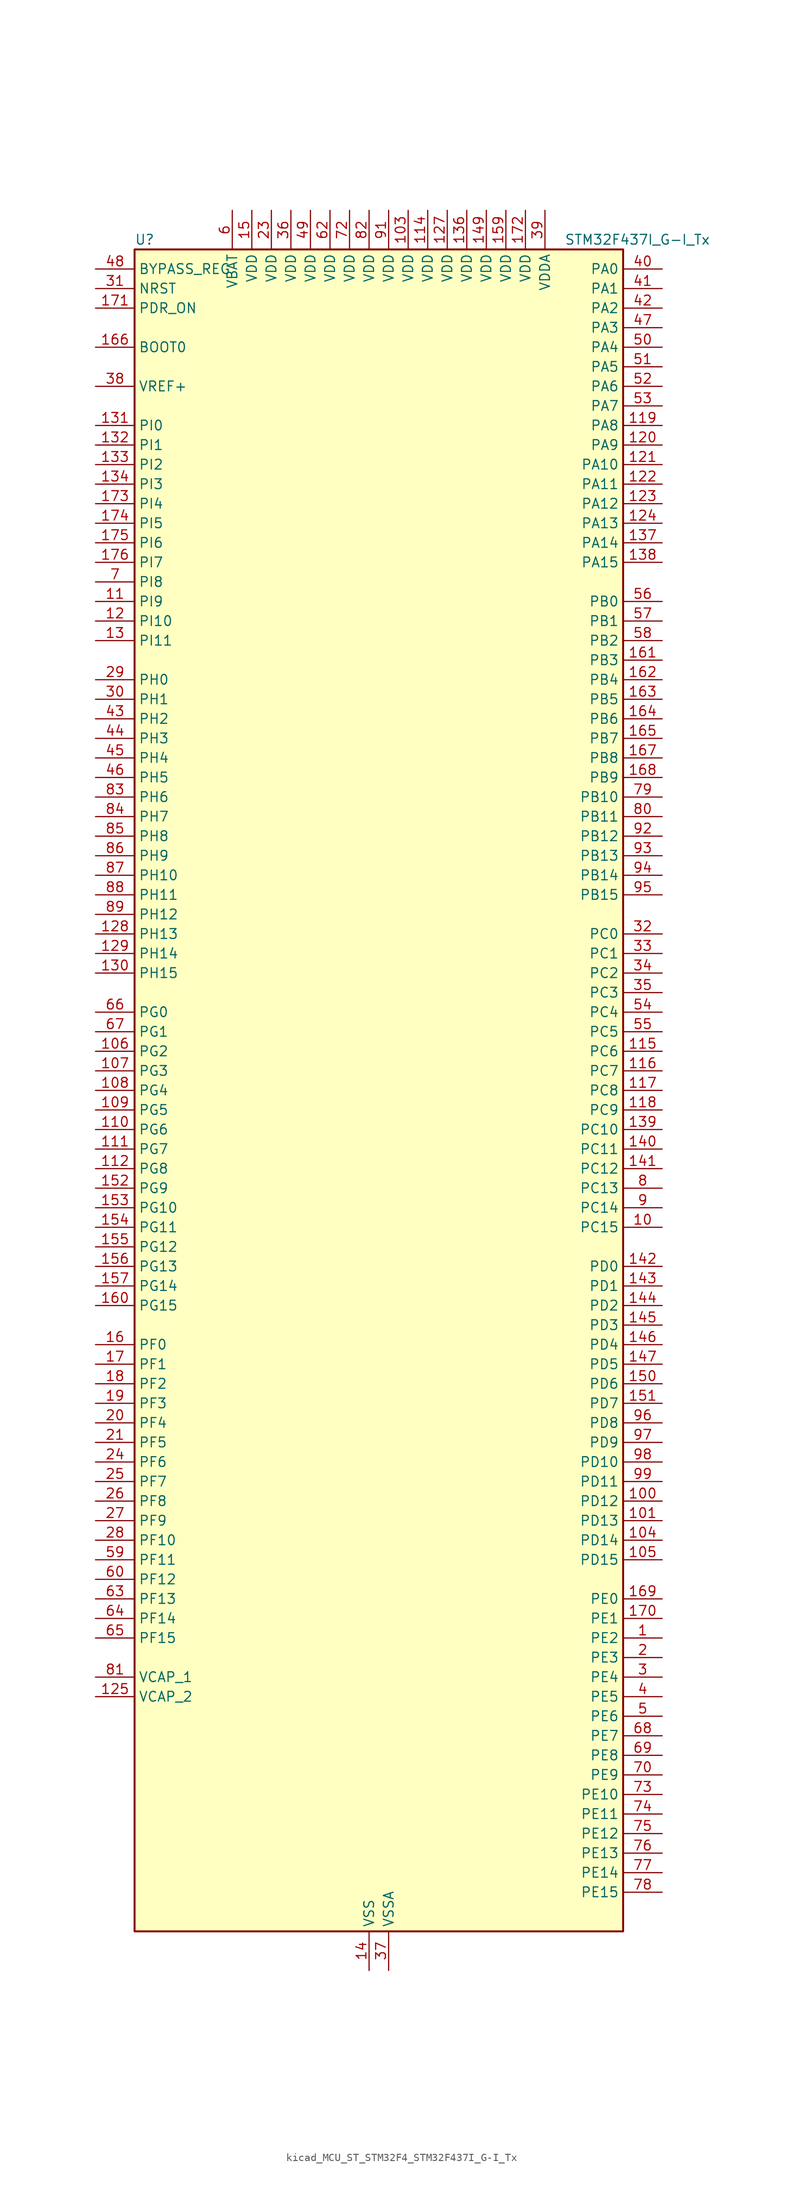
<source format=kicad_sym>
(kicad_symbol_lib
  (version 20220914)
  (generator kicad_symbol_editor)
  (symbol "kicad_MCU_ST_STM32F4_STM32F437I_G-I_Tx"
    (property "Reference" "U"
      (at -30.48 110.49 0)
      (effects (font (size 1.27 1.27)) (justify left)))
    (property "Value" "STM32F437I_G-I_Tx"
      (at 25.4 110.49 0)
      (effects (font (size 1.27 1.27)) (justify left)))
    (property "ki_locked" ""
      (at 0 0 0)
      (effects (font (size 1.27 1.27))))
    (symbol "kicad_MCU_ST_STM32F4_STM32F437I_G-I_Tx_0_1"
      (rectangle (start -30.48 -109.22) (end 33.02 109.22) (stroke (width 0.254) (type default)) (fill (type background))))
    (symbol "kicad_MCU_ST_STM32F4_STM32F437I_G-I_Tx_1_1"
      (pin bidirectional line (at 38.1 -71.12 180) (length 5.08) (name "PE2" (effects (font (size 1.27 1.27)))) (number "1" (effects (font (size 1.27 1.27)))) (alternate "ETH_TXD3" bidirectional line) (alternate "FMC_A23" bidirectional line) (alternate "SAI1_MCLK_A" bidirectional line) (alternate "SPI4_SCK" bidirectional line) (alternate "SYS_TRACECLK" bidirectional line))
      (pin bidirectional line (at 38.1 -17.78 180) (length 5.08) (name "PC15" (effects (font (size 1.27 1.27)))) (number "10" (effects (font (size 1.27 1.27)))) (alternate "ADC1_EXTI15" bidirectional line) (alternate "ADC2_EXTI15" bidirectional line) (alternate "ADC3_EXTI15" bidirectional line) (alternate "RCC_OSC32_OUT" bidirectional line))
      (pin bidirectional line (at 38.1 -53.34 180) (length 5.08) (name "PD12" (effects (font (size 1.27 1.27)))) (number "100" (effects (font (size 1.27 1.27)))) (alternate "FMC_A17" bidirectional line) (alternate "FMC_ALE" bidirectional line) (alternate "TIM4_CH1" bidirectional line) (alternate "USART3_RTS" bidirectional line))
      (pin bidirectional line (at 38.1 -55.88 180) (length 5.08) (name "PD13" (effects (font (size 1.27 1.27)))) (number "101" (effects (font (size 1.27 1.27)))) (alternate "FMC_A18" bidirectional line) (alternate "TIM4_CH2" bidirectional line))
      (pin passive line (at 0 -114.3 90) (length 5.08) hide (name "VSS" (effects (font (size 1.27 1.27)))) (number "102" (effects (font (size 1.27 1.27)))))
      (pin power_in line (at 5.08 114.3 270) (length 5.08) (name "VDD" (effects (font (size 1.27 1.27)))) (number "103" (effects (font (size 1.27 1.27)))))
      (pin bidirectional line (at 38.1 -58.42 180) (length 5.08) (name "PD14" (effects (font (size 1.27 1.27)))) (number "104" (effects (font (size 1.27 1.27)))) (alternate "FMC_D0" bidirectional line) (alternate "FMC_DA0" bidirectional line) (alternate "TIM4_CH3" bidirectional line))
      (pin bidirectional line (at 38.1 -60.96 180) (length 5.08) (name "PD15" (effects (font (size 1.27 1.27)))) (number "105" (effects (font (size 1.27 1.27)))) (alternate "ADC1_EXTI15" bidirectional line) (alternate "ADC2_EXTI15" bidirectional line) (alternate "ADC3_EXTI15" bidirectional line) (alternate "FMC_D1" bidirectional line) (alternate "FMC_DA1" bidirectional line) (alternate "TIM4_CH4" bidirectional line))
      (pin bidirectional line (at -35.56 5.08 0) (length 5.08) (name "PG2" (effects (font (size 1.27 1.27)))) (number "106" (effects (font (size 1.27 1.27)))) (alternate "FMC_A12" bidirectional line))
      (pin bidirectional line (at -35.56 2.54 0) (length 5.08) (name "PG3" (effects (font (size 1.27 1.27)))) (number "107" (effects (font (size 1.27 1.27)))) (alternate "FMC_A13" bidirectional line))
      (pin bidirectional line (at -35.56 0 0) (length 5.08) (name "PG4" (effects (font (size 1.27 1.27)))) (number "108" (effects (font (size 1.27 1.27)))) (alternate "FMC_A14" bidirectional line) (alternate "FMC_BA0" bidirectional line))
      (pin bidirectional line (at -35.56 -2.54 0) (length 5.08) (name "PG5" (effects (font (size 1.27 1.27)))) (number "109" (effects (font (size 1.27 1.27)))) (alternate "FMC_A15" bidirectional line) (alternate "FMC_BA1" bidirectional line))
      (pin bidirectional line (at -35.56 63.5 0) (length 5.08) (name "PI9" (effects (font (size 1.27 1.27)))) (number "11" (effects (font (size 1.27 1.27)))) (alternate "CAN1_RX" bidirectional line) (alternate "DAC_EXTI9" bidirectional line) (alternate "FMC_D30" bidirectional line))
      (pin bidirectional line (at -35.56 -5.08 0) (length 5.08) (name "PG6" (effects (font (size 1.27 1.27)))) (number "110" (effects (font (size 1.27 1.27)))) (alternate "DCMI_D12" bidirectional line) (alternate "FMC_INT2" bidirectional line))
      (pin bidirectional line (at -35.56 -7.62 0) (length 5.08) (name "PG7" (effects (font (size 1.27 1.27)))) (number "111" (effects (font (size 1.27 1.27)))) (alternate "DCMI_D13" bidirectional line) (alternate "FMC_INT3" bidirectional line) (alternate "USART6_CK" bidirectional line))
      (pin bidirectional line (at -35.56 -10.16 0) (length 5.08) (name "PG8" (effects (font (size 1.27 1.27)))) (number "112" (effects (font (size 1.27 1.27)))) (alternate "ETH_PPS_OUT" bidirectional line) (alternate "FMC_SDCLK" bidirectional line) (alternate "SPI6_NSS" bidirectional line) (alternate "USART6_RTS" bidirectional line))
      (pin passive line (at 0 -114.3 90) (length 5.08) hide (name "VSS" (effects (font (size 1.27 1.27)))) (number "113" (effects (font (size 1.27 1.27)))))
      (pin power_in line (at 7.62 114.3 270) (length 5.08) (name "VDD" (effects (font (size 1.27 1.27)))) (number "114" (effects (font (size 1.27 1.27)))))
      (pin bidirectional line (at 38.1 5.08 180) (length 5.08) (name "PC6" (effects (font (size 1.27 1.27)))) (number "115" (effects (font (size 1.27 1.27)))) (alternate "DCMI_D0" bidirectional line) (alternate "I2S2_MCK" bidirectional line) (alternate "SDIO_D6" bidirectional line) (alternate "TIM3_CH1" bidirectional line) (alternate "TIM8_CH1" bidirectional line) (alternate "USART6_TX" bidirectional line))
      (pin bidirectional line (at 38.1 2.54 180) (length 5.08) (name "PC7" (effects (font (size 1.27 1.27)))) (number "116" (effects (font (size 1.27 1.27)))) (alternate "DCMI_D1" bidirectional line) (alternate "I2S3_MCK" bidirectional line) (alternate "SDIO_D7" bidirectional line) (alternate "TIM3_CH2" bidirectional line) (alternate "TIM8_CH2" bidirectional line) (alternate "USART6_RX" bidirectional line))
      (pin bidirectional line (at 38.1 0 180) (length 5.08) (name "PC8" (effects (font (size 1.27 1.27)))) (number "117" (effects (font (size 1.27 1.27)))) (alternate "DCMI_D2" bidirectional line) (alternate "SDIO_D0" bidirectional line) (alternate "TIM3_CH3" bidirectional line) (alternate "TIM8_CH3" bidirectional line) (alternate "USART6_CK" bidirectional line))
      (pin bidirectional line (at 38.1 -2.54 180) (length 5.08) (name "PC9" (effects (font (size 1.27 1.27)))) (number "118" (effects (font (size 1.27 1.27)))) (alternate "DAC_EXTI9" bidirectional line) (alternate "DCMI_D3" bidirectional line) (alternate "I2C3_SDA" bidirectional line) (alternate "I2S_CKIN" bidirectional line) (alternate "RCC_MCO_2" bidirectional line) (alternate "SDIO_D1" bidirectional line) (alternate "TIM3_CH4" bidirectional line) (alternate "TIM8_CH4" bidirectional line))
      (pin bidirectional line (at 38.1 86.36 180) (length 5.08) (name "PA8" (effects (font (size 1.27 1.27)))) (number "119" (effects (font (size 1.27 1.27)))) (alternate "I2C3_SCL" bidirectional line) (alternate "RCC_MCO_1" bidirectional line) (alternate "TIM1_CH1" bidirectional line) (alternate "USART1_CK" bidirectional line) (alternate "USB_OTG_FS_SOF" bidirectional line))
      (pin bidirectional line (at -35.56 60.96 0) (length 5.08) (name "PI10" (effects (font (size 1.27 1.27)))) (number "12" (effects (font (size 1.27 1.27)))) (alternate "ETH_RX_ER" bidirectional line) (alternate "FMC_D31" bidirectional line))
      (pin bidirectional line (at 38.1 83.82 180) (length 5.08) (name "PA9" (effects (font (size 1.27 1.27)))) (number "120" (effects (font (size 1.27 1.27)))) (alternate "DAC_EXTI9" bidirectional line) (alternate "DCMI_D0" bidirectional line) (alternate "I2C3_SMBA" bidirectional line) (alternate "TIM1_CH2" bidirectional line) (alternate "USART1_TX" bidirectional line) (alternate "USB_OTG_FS_VBUS" bidirectional line))
      (pin bidirectional line (at 38.1 81.28 180) (length 5.08) (name "PA10" (effects (font (size 1.27 1.27)))) (number "121" (effects (font (size 1.27 1.27)))) (alternate "DCMI_D1" bidirectional line) (alternate "TIM1_CH3" bidirectional line) (alternate "USART1_RX" bidirectional line) (alternate "USB_OTG_FS_ID" bidirectional line))
      (pin bidirectional line (at 38.1 78.74 180) (length 5.08) (name "PA11" (effects (font (size 1.27 1.27)))) (number "122" (effects (font (size 1.27 1.27)))) (alternate "ADC1_EXTI11" bidirectional line) (alternate "ADC2_EXTI11" bidirectional line) (alternate "ADC3_EXTI11" bidirectional line) (alternate "CAN1_RX" bidirectional line) (alternate "TIM1_CH4" bidirectional line) (alternate "USART1_CTS" bidirectional line) (alternate "USB_OTG_FS_DM" bidirectional line))
      (pin bidirectional line (at 38.1 76.2 180) (length 5.08) (name "PA12" (effects (font (size 1.27 1.27)))) (number "123" (effects (font (size 1.27 1.27)))) (alternate "CAN1_TX" bidirectional line) (alternate "TIM1_ETR" bidirectional line) (alternate "USART1_RTS" bidirectional line) (alternate "USB_OTG_FS_DP" bidirectional line))
      (pin bidirectional line (at 38.1 73.66 180) (length 5.08) (name "PA13" (effects (font (size 1.27 1.27)))) (number "124" (effects (font (size 1.27 1.27)))) (alternate "SYS_JTMS-SWDIO" bidirectional line))
      (pin power_out line (at -35.56 -78.74 0) (length 5.08) (name "VCAP_2" (effects (font (size 1.27 1.27)))) (number "125" (effects (font (size 1.27 1.27)))))
      (pin passive line (at 0 -114.3 90) (length 5.08) hide (name "VSS" (effects (font (size 1.27 1.27)))) (number "126" (effects (font (size 1.27 1.27)))))
      (pin power_in line (at 10.16 114.3 270) (length 5.08) (name "VDD" (effects (font (size 1.27 1.27)))) (number "127" (effects (font (size 1.27 1.27)))))
      (pin bidirectional line (at -35.56 20.32 0) (length 5.08) (name "PH13" (effects (font (size 1.27 1.27)))) (number "128" (effects (font (size 1.27 1.27)))) (alternate "CAN1_TX" bidirectional line) (alternate "FMC_D21" bidirectional line) (alternate "TIM8_CH1N" bidirectional line))
      (pin bidirectional line (at -35.56 17.78 0) (length 5.08) (name "PH14" (effects (font (size 1.27 1.27)))) (number "129" (effects (font (size 1.27 1.27)))) (alternate "DCMI_D4" bidirectional line) (alternate "FMC_D22" bidirectional line) (alternate "TIM8_CH2N" bidirectional line))
      (pin bidirectional line (at -35.56 58.42 0) (length 5.08) (name "PI11" (effects (font (size 1.27 1.27)))) (number "13" (effects (font (size 1.27 1.27)))) (alternate "ADC1_EXTI11" bidirectional line) (alternate "ADC2_EXTI11" bidirectional line) (alternate "ADC3_EXTI11" bidirectional line) (alternate "USB_OTG_HS_ULPI_DIR" bidirectional line))
      (pin bidirectional line (at -35.56 15.24 0) (length 5.08) (name "PH15" (effects (font (size 1.27 1.27)))) (number "130" (effects (font (size 1.27 1.27)))) (alternate "ADC1_EXTI15" bidirectional line) (alternate "ADC2_EXTI15" bidirectional line) (alternate "ADC3_EXTI15" bidirectional line) (alternate "DCMI_D11" bidirectional line) (alternate "FMC_D23" bidirectional line) (alternate "TIM8_CH3N" bidirectional line))
      (pin bidirectional line (at -35.56 86.36 0) (length 5.08) (name "PI0" (effects (font (size 1.27 1.27)))) (number "131" (effects (font (size 1.27 1.27)))) (alternate "DCMI_D13" bidirectional line) (alternate "FMC_D24" bidirectional line) (alternate "I2S2_WS" bidirectional line) (alternate "SPI2_NSS" bidirectional line) (alternate "TIM5_CH4" bidirectional line))
      (pin bidirectional line (at -35.56 83.82 0) (length 5.08) (name "PI1" (effects (font (size 1.27 1.27)))) (number "132" (effects (font (size 1.27 1.27)))) (alternate "DCMI_D8" bidirectional line) (alternate "FMC_D25" bidirectional line) (alternate "I2S2_CK" bidirectional line) (alternate "SPI2_SCK" bidirectional line))
      (pin bidirectional line (at -35.56 81.28 0) (length 5.08) (name "PI2" (effects (font (size 1.27 1.27)))) (number "133" (effects (font (size 1.27 1.27)))) (alternate "DCMI_D9" bidirectional line) (alternate "FMC_D26" bidirectional line) (alternate "I2S2_ext_SD" bidirectional line) (alternate "SPI2_MISO" bidirectional line) (alternate "TIM8_CH4" bidirectional line))
      (pin bidirectional line (at -35.56 78.74 0) (length 5.08) (name "PI3" (effects (font (size 1.27 1.27)))) (number "134" (effects (font (size 1.27 1.27)))) (alternate "DCMI_D10" bidirectional line) (alternate "FMC_D27" bidirectional line) (alternate "I2S2_SD" bidirectional line) (alternate "SPI2_MOSI" bidirectional line) (alternate "TIM8_ETR" bidirectional line))
      (pin passive line (at 0 -114.3 90) (length 5.08) hide (name "VSS" (effects (font (size 1.27 1.27)))) (number "135" (effects (font (size 1.27 1.27)))))
      (pin power_in line (at 12.7 114.3 270) (length 5.08) (name "VDD" (effects (font (size 1.27 1.27)))) (number "136" (effects (font (size 1.27 1.27)))))
      (pin bidirectional line (at 38.1 71.12 180) (length 5.08) (name "PA14" (effects (font (size 1.27 1.27)))) (number "137" (effects (font (size 1.27 1.27)))) (alternate "SYS_JTCK-SWCLK" bidirectional line))
      (pin bidirectional line (at 38.1 68.58 180) (length 5.08) (name "PA15" (effects (font (size 1.27 1.27)))) (number "138" (effects (font (size 1.27 1.27)))) (alternate "ADC1_EXTI15" bidirectional line) (alternate "ADC2_EXTI15" bidirectional line) (alternate "ADC3_EXTI15" bidirectional line) (alternate "I2S3_WS" bidirectional line) (alternate "SPI1_NSS" bidirectional line) (alternate "SPI3_NSS" bidirectional line) (alternate "SYS_JTDI" bidirectional line) (alternate "TIM2_CH1" bidirectional line) (alternate "TIM2_ETR" bidirectional line))
      (pin bidirectional line (at 38.1 -5.08 180) (length 5.08) (name "PC10" (effects (font (size 1.27 1.27)))) (number "139" (effects (font (size 1.27 1.27)))) (alternate "DCMI_D8" bidirectional line) (alternate "I2S3_CK" bidirectional line) (alternate "SDIO_D2" bidirectional line) (alternate "SPI3_SCK" bidirectional line) (alternate "UART4_TX" bidirectional line) (alternate "USART3_TX" bidirectional line))
      (pin power_in line (at 0 -114.3 90) (length 5.08) (name "VSS" (effects (font (size 1.27 1.27)))) (number "14" (effects (font (size 1.27 1.27)))))
      (pin bidirectional line (at 38.1 -7.62 180) (length 5.08) (name "PC11" (effects (font (size 1.27 1.27)))) (number "140" (effects (font (size 1.27 1.27)))) (alternate "ADC1_EXTI11" bidirectional line) (alternate "ADC2_EXTI11" bidirectional line) (alternate "ADC3_EXTI11" bidirectional line) (alternate "DCMI_D4" bidirectional line) (alternate "I2S3_ext_SD" bidirectional line) (alternate "SDIO_D3" bidirectional line) (alternate "SPI3_MISO" bidirectional line) (alternate "UART4_RX" bidirectional line) (alternate "USART3_RX" bidirectional line))
      (pin bidirectional line (at 38.1 -10.16 180) (length 5.08) (name "PC12" (effects (font (size 1.27 1.27)))) (number "141" (effects (font (size 1.27 1.27)))) (alternate "DCMI_D9" bidirectional line) (alternate "I2S3_SD" bidirectional line) (alternate "SDIO_CK" bidirectional line) (alternate "SPI3_MOSI" bidirectional line) (alternate "UART5_TX" bidirectional line) (alternate "USART3_CK" bidirectional line))
      (pin bidirectional line (at 38.1 -22.86 180) (length 5.08) (name "PD0" (effects (font (size 1.27 1.27)))) (number "142" (effects (font (size 1.27 1.27)))) (alternate "CAN1_RX" bidirectional line) (alternate "FMC_D2" bidirectional line) (alternate "FMC_DA2" bidirectional line))
      (pin bidirectional line (at 38.1 -25.4 180) (length 5.08) (name "PD1" (effects (font (size 1.27 1.27)))) (number "143" (effects (font (size 1.27 1.27)))) (alternate "CAN1_TX" bidirectional line) (alternate "FMC_D3" bidirectional line) (alternate "FMC_DA3" bidirectional line))
      (pin bidirectional line (at 38.1 -27.94 180) (length 5.08) (name "PD2" (effects (font (size 1.27 1.27)))) (number "144" (effects (font (size 1.27 1.27)))) (alternate "DCMI_D11" bidirectional line) (alternate "SDIO_CMD" bidirectional line) (alternate "TIM3_ETR" bidirectional line) (alternate "UART5_RX" bidirectional line))
      (pin bidirectional line (at 38.1 -30.48 180) (length 5.08) (name "PD3" (effects (font (size 1.27 1.27)))) (number "145" (effects (font (size 1.27 1.27)))) (alternate "DCMI_D5" bidirectional line) (alternate "FMC_CLK" bidirectional line) (alternate "I2S2_CK" bidirectional line) (alternate "SPI2_SCK" bidirectional line) (alternate "USART2_CTS" bidirectional line))
      (pin bidirectional line (at 38.1 -33.02 180) (length 5.08) (name "PD4" (effects (font (size 1.27 1.27)))) (number "146" (effects (font (size 1.27 1.27)))) (alternate "FMC_NOE" bidirectional line) (alternate "USART2_RTS" bidirectional line))
      (pin bidirectional line (at 38.1 -35.56 180) (length 5.08) (name "PD5" (effects (font (size 1.27 1.27)))) (number "147" (effects (font (size 1.27 1.27)))) (alternate "FMC_NWE" bidirectional line) (alternate "USART2_TX" bidirectional line))
      (pin passive line (at 0 -114.3 90) (length 5.08) hide (name "VSS" (effects (font (size 1.27 1.27)))) (number "148" (effects (font (size 1.27 1.27)))))
      (pin power_in line (at 15.24 114.3 270) (length 5.08) (name "VDD" (effects (font (size 1.27 1.27)))) (number "149" (effects (font (size 1.27 1.27)))))
      (pin power_in line (at -15.24 114.3 270) (length 5.08) (name "VDD" (effects (font (size 1.27 1.27)))) (number "15" (effects (font (size 1.27 1.27)))))
      (pin bidirectional line (at 38.1 -38.1 180) (length 5.08) (name "PD6" (effects (font (size 1.27 1.27)))) (number "150" (effects (font (size 1.27 1.27)))) (alternate "DCMI_D10" bidirectional line) (alternate "FMC_NWAIT" bidirectional line) (alternate "I2S3_SD" bidirectional line) (alternate "SAI1_SD_A" bidirectional line) (alternate "SPI3_MOSI" bidirectional line) (alternate "USART2_RX" bidirectional line))
      (pin bidirectional line (at 38.1 -40.64 180) (length 5.08) (name "PD7" (effects (font (size 1.27 1.27)))) (number "151" (effects (font (size 1.27 1.27)))) (alternate "FMC_NCE2" bidirectional line) (alternate "FMC_NE1" bidirectional line) (alternate "USART2_CK" bidirectional line))
      (pin bidirectional line (at -35.56 -12.7 0) (length 5.08) (name "PG9" (effects (font (size 1.27 1.27)))) (number "152" (effects (font (size 1.27 1.27)))) (alternate "DAC_EXTI9" bidirectional line) (alternate "DCMI_VSYNC" bidirectional line) (alternate "FMC_NCE3" bidirectional line) (alternate "FMC_NE2" bidirectional line) (alternate "USART6_RX" bidirectional line))
      (pin bidirectional line (at -35.56 -15.24 0) (length 5.08) (name "PG10" (effects (font (size 1.27 1.27)))) (number "153" (effects (font (size 1.27 1.27)))) (alternate "DCMI_D2" bidirectional line) (alternate "FMC_NCE4_1" bidirectional line) (alternate "FMC_NE3" bidirectional line))
      (pin bidirectional line (at -35.56 -17.78 0) (length 5.08) (name "PG11" (effects (font (size 1.27 1.27)))) (number "154" (effects (font (size 1.27 1.27)))) (alternate "ADC1_EXTI11" bidirectional line) (alternate "ADC2_EXTI11" bidirectional line) (alternate "ADC3_EXTI11" bidirectional line) (alternate "DCMI_D3" bidirectional line) (alternate "ETH_TX_EN" bidirectional line) (alternate "FMC_NCE4_2" bidirectional line))
      (pin bidirectional line (at -35.56 -20.32 0) (length 5.08) (name "PG12" (effects (font (size 1.27 1.27)))) (number "155" (effects (font (size 1.27 1.27)))) (alternate "FMC_NE4" bidirectional line) (alternate "SPI6_MISO" bidirectional line) (alternate "USART6_RTS" bidirectional line))
      (pin bidirectional line (at -35.56 -22.86 0) (length 5.08) (name "PG13" (effects (font (size 1.27 1.27)))) (number "156" (effects (font (size 1.27 1.27)))) (alternate "ETH_TXD0" bidirectional line) (alternate "FMC_A24" bidirectional line) (alternate "SPI6_SCK" bidirectional line) (alternate "USART6_CTS" bidirectional line))
      (pin bidirectional line (at -35.56 -25.4 0) (length 5.08) (name "PG14" (effects (font (size 1.27 1.27)))) (number "157" (effects (font (size 1.27 1.27)))) (alternate "ETH_TXD1" bidirectional line) (alternate "FMC_A25" bidirectional line) (alternate "SPI6_MOSI" bidirectional line) (alternate "USART6_TX" bidirectional line))
      (pin passive line (at 0 -114.3 90) (length 5.08) hide (name "VSS" (effects (font (size 1.27 1.27)))) (number "158" (effects (font (size 1.27 1.27)))))
      (pin power_in line (at 17.78 114.3 270) (length 5.08) (name "VDD" (effects (font (size 1.27 1.27)))) (number "159" (effects (font (size 1.27 1.27)))))
      (pin bidirectional line (at -35.56 -33.02 0) (length 5.08) (name "PF0" (effects (font (size 1.27 1.27)))) (number "16" (effects (font (size 1.27 1.27)))) (alternate "FMC_A0" bidirectional line) (alternate "I2C2_SDA" bidirectional line))
      (pin bidirectional line (at -35.56 -27.94 0) (length 5.08) (name "PG15" (effects (font (size 1.27 1.27)))) (number "160" (effects (font (size 1.27 1.27)))) (alternate "ADC1_EXTI15" bidirectional line) (alternate "ADC2_EXTI15" bidirectional line) (alternate "ADC3_EXTI15" bidirectional line) (alternate "DCMI_D13" bidirectional line) (alternate "FMC_SDNCAS" bidirectional line) (alternate "USART6_CTS" bidirectional line))
      (pin bidirectional line (at 38.1 55.88 180) (length 5.08) (name "PB3" (effects (font (size 1.27 1.27)))) (number "161" (effects (font (size 1.27 1.27)))) (alternate "I2S3_CK" bidirectional line) (alternate "SPI1_SCK" bidirectional line) (alternate "SPI3_SCK" bidirectional line) (alternate "SYS_JTDO-SWO" bidirectional line) (alternate "TIM2_CH2" bidirectional line))
      (pin bidirectional line (at 38.1 53.34 180) (length 5.08) (name "PB4" (effects (font (size 1.27 1.27)))) (number "162" (effects (font (size 1.27 1.27)))) (alternate "I2S3_ext_SD" bidirectional line) (alternate "SPI1_MISO" bidirectional line) (alternate "SPI3_MISO" bidirectional line) (alternate "SYS_JTRST" bidirectional line) (alternate "TIM3_CH1" bidirectional line))
      (pin bidirectional line (at 38.1 50.8 180) (length 5.08) (name "PB5" (effects (font (size 1.27 1.27)))) (number "163" (effects (font (size 1.27 1.27)))) (alternate "CAN2_RX" bidirectional line) (alternate "DCMI_D10" bidirectional line) (alternate "ETH_PPS_OUT" bidirectional line) (alternate "FMC_SDCKE1" bidirectional line) (alternate "I2C1_SMBA" bidirectional line) (alternate "I2S3_SD" bidirectional line) (alternate "SPI1_MOSI" bidirectional line) (alternate "SPI3_MOSI" bidirectional line) (alternate "TIM3_CH2" bidirectional line) (alternate "USB_OTG_HS_ULPI_D7" bidirectional line))
      (pin bidirectional line (at 38.1 48.26 180) (length 5.08) (name "PB6" (effects (font (size 1.27 1.27)))) (number "164" (effects (font (size 1.27 1.27)))) (alternate "CAN2_TX" bidirectional line) (alternate "DCMI_D5" bidirectional line) (alternate "FMC_SDNE1" bidirectional line) (alternate "I2C1_SCL" bidirectional line) (alternate "TIM4_CH1" bidirectional line) (alternate "USART1_TX" bidirectional line))
      (pin bidirectional line (at 38.1 45.72 180) (length 5.08) (name "PB7" (effects (font (size 1.27 1.27)))) (number "165" (effects (font (size 1.27 1.27)))) (alternate "DCMI_VSYNC" bidirectional line) (alternate "FMC_NL" bidirectional line) (alternate "I2C1_SDA" bidirectional line) (alternate "TIM4_CH2" bidirectional line) (alternate "USART1_RX" bidirectional line))
      (pin input line (at -35.56 96.52 0) (length 5.08) (name "BOOT0" (effects (font (size 1.27 1.27)))) (number "166" (effects (font (size 1.27 1.27)))))
      (pin bidirectional line (at 38.1 43.18 180) (length 5.08) (name "PB8" (effects (font (size 1.27 1.27)))) (number "167" (effects (font (size 1.27 1.27)))) (alternate "CAN1_RX" bidirectional line) (alternate "DCMI_D6" bidirectional line) (alternate "ETH_TXD3" bidirectional line) (alternate "I2C1_SCL" bidirectional line) (alternate "SDIO_D4" bidirectional line) (alternate "TIM10_CH1" bidirectional line) (alternate "TIM4_CH3" bidirectional line))
      (pin bidirectional line (at 38.1 40.64 180) (length 5.08) (name "PB9" (effects (font (size 1.27 1.27)))) (number "168" (effects (font (size 1.27 1.27)))) (alternate "CAN1_TX" bidirectional line) (alternate "DAC_EXTI9" bidirectional line) (alternate "DCMI_D7" bidirectional line) (alternate "I2C1_SDA" bidirectional line) (alternate "I2S2_WS" bidirectional line) (alternate "SDIO_D5" bidirectional line) (alternate "SPI2_NSS" bidirectional line) (alternate "TIM11_CH1" bidirectional line) (alternate "TIM4_CH4" bidirectional line))
      (pin bidirectional line (at 38.1 -66.04 180) (length 5.08) (name "PE0" (effects (font (size 1.27 1.27)))) (number "169" (effects (font (size 1.27 1.27)))) (alternate "DCMI_D2" bidirectional line) (alternate "FMC_NBL0" bidirectional line) (alternate "TIM4_ETR" bidirectional line) (alternate "UART8_RX" bidirectional line))
      (pin bidirectional line (at -35.56 -35.56 0) (length 5.08) (name "PF1" (effects (font (size 1.27 1.27)))) (number "17" (effects (font (size 1.27 1.27)))) (alternate "FMC_A1" bidirectional line) (alternate "I2C2_SCL" bidirectional line))
      (pin bidirectional line (at 38.1 -68.58 180) (length 5.08) (name "PE1" (effects (font (size 1.27 1.27)))) (number "170" (effects (font (size 1.27 1.27)))) (alternate "DCMI_D3" bidirectional line) (alternate "FMC_NBL1" bidirectional line) (alternate "UART8_TX" bidirectional line))
      (pin input line (at -35.56 101.6 0) (length 5.08) (name "PDR_ON" (effects (font (size 1.27 1.27)))) (number "171" (effects (font (size 1.27 1.27)))))
      (pin power_in line (at 20.32 114.3 270) (length 5.08) (name "VDD" (effects (font (size 1.27 1.27)))) (number "172" (effects (font (size 1.27 1.27)))))
      (pin bidirectional line (at -35.56 76.2 0) (length 5.08) (name "PI4" (effects (font (size 1.27 1.27)))) (number "173" (effects (font (size 1.27 1.27)))) (alternate "DCMI_D5" bidirectional line) (alternate "FMC_NBL2" bidirectional line) (alternate "TIM8_BKIN" bidirectional line))
      (pin bidirectional line (at -35.56 73.66 0) (length 5.08) (name "PI5" (effects (font (size 1.27 1.27)))) (number "174" (effects (font (size 1.27 1.27)))) (alternate "DCMI_VSYNC" bidirectional line) (alternate "FMC_NBL3" bidirectional line) (alternate "TIM8_CH1" bidirectional line))
      (pin bidirectional line (at -35.56 71.12 0) (length 5.08) (name "PI6" (effects (font (size 1.27 1.27)))) (number "175" (effects (font (size 1.27 1.27)))) (alternate "DCMI_D6" bidirectional line) (alternate "FMC_D28" bidirectional line) (alternate "TIM8_CH2" bidirectional line))
      (pin bidirectional line (at -35.56 68.58 0) (length 5.08) (name "PI7" (effects (font (size 1.27 1.27)))) (number "176" (effects (font (size 1.27 1.27)))) (alternate "DCMI_D7" bidirectional line) (alternate "FMC_D29" bidirectional line) (alternate "TIM8_CH3" bidirectional line))
      (pin bidirectional line (at -35.56 -38.1 0) (length 5.08) (name "PF2" (effects (font (size 1.27 1.27)))) (number "18" (effects (font (size 1.27 1.27)))) (alternate "FMC_A2" bidirectional line) (alternate "I2C2_SMBA" bidirectional line))
      (pin bidirectional line (at -35.56 -40.64 0) (length 5.08) (name "PF3" (effects (font (size 1.27 1.27)))) (number "19" (effects (font (size 1.27 1.27)))) (alternate "ADC3_IN9" bidirectional line) (alternate "FMC_A3" bidirectional line))
      (pin bidirectional line (at 38.1 -73.66 180) (length 5.08) (name "PE3" (effects (font (size 1.27 1.27)))) (number "2" (effects (font (size 1.27 1.27)))) (alternate "FMC_A19" bidirectional line) (alternate "SAI1_SD_B" bidirectional line) (alternate "SYS_TRACED0" bidirectional line))
      (pin bidirectional line (at -35.56 -43.18 0) (length 5.08) (name "PF4" (effects (font (size 1.27 1.27)))) (number "20" (effects (font (size 1.27 1.27)))) (alternate "ADC3_IN14" bidirectional line) (alternate "FMC_A4" bidirectional line))
      (pin bidirectional line (at -35.56 -45.72 0) (length 5.08) (name "PF5" (effects (font (size 1.27 1.27)))) (number "21" (effects (font (size 1.27 1.27)))) (alternate "ADC3_IN15" bidirectional line) (alternate "FMC_A5" bidirectional line))
      (pin passive line (at 0 -114.3 90) (length 5.08) hide (name "VSS" (effects (font (size 1.27 1.27)))) (number "22" (effects (font (size 1.27 1.27)))))
      (pin power_in line (at -12.7 114.3 270) (length 5.08) (name "VDD" (effects (font (size 1.27 1.27)))) (number "23" (effects (font (size 1.27 1.27)))))
      (pin bidirectional line (at -35.56 -48.26 0) (length 5.08) (name "PF6" (effects (font (size 1.27 1.27)))) (number "24" (effects (font (size 1.27 1.27)))) (alternate "ADC3_IN4" bidirectional line) (alternate "FMC_NIORD" bidirectional line) (alternate "SAI1_SD_B" bidirectional line) (alternate "SPI5_NSS" bidirectional line) (alternate "TIM10_CH1" bidirectional line) (alternate "UART7_RX" bidirectional line))
      (pin bidirectional line (at -35.56 -50.8 0) (length 5.08) (name "PF7" (effects (font (size 1.27 1.27)))) (number "25" (effects (font (size 1.27 1.27)))) (alternate "ADC3_IN5" bidirectional line) (alternate "FMC_NREG" bidirectional line) (alternate "SAI1_MCLK_B" bidirectional line) (alternate "SPI5_SCK" bidirectional line) (alternate "TIM11_CH1" bidirectional line) (alternate "UART7_TX" bidirectional line))
      (pin bidirectional line (at -35.56 -53.34 0) (length 5.08) (name "PF8" (effects (font (size 1.27 1.27)))) (number "26" (effects (font (size 1.27 1.27)))) (alternate "ADC3_IN6" bidirectional line) (alternate "FMC_NIOWR" bidirectional line) (alternate "SAI1_SCK_B" bidirectional line) (alternate "SPI5_MISO" bidirectional line) (alternate "TIM13_CH1" bidirectional line))
      (pin bidirectional line (at -35.56 -55.88 0) (length 5.08) (name "PF9" (effects (font (size 1.27 1.27)))) (number "27" (effects (font (size 1.27 1.27)))) (alternate "ADC3_IN7" bidirectional line) (alternate "DAC_EXTI9" bidirectional line) (alternate "FMC_CD" bidirectional line) (alternate "SAI1_FS_B" bidirectional line) (alternate "SPI5_MOSI" bidirectional line) (alternate "TIM14_CH1" bidirectional line))
      (pin bidirectional line (at -35.56 -58.42 0) (length 5.08) (name "PF10" (effects (font (size 1.27 1.27)))) (number "28" (effects (font (size 1.27 1.27)))) (alternate "ADC3_IN8" bidirectional line) (alternate "DCMI_D11" bidirectional line) (alternate "FMC_INTR" bidirectional line))
      (pin bidirectional line (at -35.56 53.34 0) (length 5.08) (name "PH0" (effects (font (size 1.27 1.27)))) (number "29" (effects (font (size 1.27 1.27)))) (alternate "RCC_OSC_IN" bidirectional line))
      (pin bidirectional line (at 38.1 -76.2 180) (length 5.08) (name "PE4" (effects (font (size 1.27 1.27)))) (number "3" (effects (font (size 1.27 1.27)))) (alternate "DCMI_D4" bidirectional line) (alternate "FMC_A20" bidirectional line) (alternate "SAI1_FS_A" bidirectional line) (alternate "SPI4_NSS" bidirectional line) (alternate "SYS_TRACED1" bidirectional line))
      (pin bidirectional line (at -35.56 50.8 0) (length 5.08) (name "PH1" (effects (font (size 1.27 1.27)))) (number "30" (effects (font (size 1.27 1.27)))) (alternate "RCC_OSC_OUT" bidirectional line))
      (pin input line (at -35.56 104.14 0) (length 5.08) (name "NRST" (effects (font (size 1.27 1.27)))) (number "31" (effects (font (size 1.27 1.27)))))
      (pin bidirectional line (at 38.1 20.32 180) (length 5.08) (name "PC0" (effects (font (size 1.27 1.27)))) (number "32" (effects (font (size 1.27 1.27)))) (alternate "ADC1_IN10" bidirectional line) (alternate "ADC2_IN10" bidirectional line) (alternate "ADC3_IN10" bidirectional line) (alternate "FMC_SDNWE" bidirectional line) (alternate "USB_OTG_HS_ULPI_STP" bidirectional line))
      (pin bidirectional line (at 38.1 17.78 180) (length 5.08) (name "PC1" (effects (font (size 1.27 1.27)))) (number "33" (effects (font (size 1.27 1.27)))) (alternate "ADC1_IN11" bidirectional line) (alternate "ADC2_IN11" bidirectional line) (alternate "ADC3_IN11" bidirectional line) (alternate "ETH_MDC" bidirectional line))
      (pin bidirectional line (at 38.1 15.24 180) (length 5.08) (name "PC2" (effects (font (size 1.27 1.27)))) (number "34" (effects (font (size 1.27 1.27)))) (alternate "ADC1_IN12" bidirectional line) (alternate "ADC2_IN12" bidirectional line) (alternate "ADC3_IN12" bidirectional line) (alternate "ETH_TXD2" bidirectional line) (alternate "FMC_SDNE0" bidirectional line) (alternate "I2S2_ext_SD" bidirectional line) (alternate "SPI2_MISO" bidirectional line) (alternate "USB_OTG_HS_ULPI_DIR" bidirectional line))
      (pin bidirectional line (at 38.1 12.7 180) (length 5.08) (name "PC3" (effects (font (size 1.27 1.27)))) (number "35" (effects (font (size 1.27 1.27)))) (alternate "ADC1_IN13" bidirectional line) (alternate "ADC2_IN13" bidirectional line) (alternate "ADC3_IN13" bidirectional line) (alternate "ETH_TX_CLK" bidirectional line) (alternate "FMC_SDCKE0" bidirectional line) (alternate "I2S2_SD" bidirectional line) (alternate "SPI2_MOSI" bidirectional line) (alternate "USB_OTG_HS_ULPI_NXT" bidirectional line))
      (pin power_in line (at -10.16 114.3 270) (length 5.08) (name "VDD" (effects (font (size 1.27 1.27)))) (number "36" (effects (font (size 1.27 1.27)))))
      (pin power_in line (at 2.54 -114.3 90) (length 5.08) (name "VSSA" (effects (font (size 1.27 1.27)))) (number "37" (effects (font (size 1.27 1.27)))))
      (pin input line (at -35.56 91.44 0) (length 5.08) (name "VREF+" (effects (font (size 1.27 1.27)))) (number "38" (effects (font (size 1.27 1.27)))))
      (pin power_in line (at 22.86 114.3 270) (length 5.08) (name "VDDA" (effects (font (size 1.27 1.27)))) (number "39" (effects (font (size 1.27 1.27)))))
      (pin bidirectional line (at 38.1 -78.74 180) (length 5.08) (name "PE5" (effects (font (size 1.27 1.27)))) (number "4" (effects (font (size 1.27 1.27)))) (alternate "DCMI_D6" bidirectional line) (alternate "FMC_A21" bidirectional line) (alternate "SAI1_SCK_A" bidirectional line) (alternate "SPI4_MISO" bidirectional line) (alternate "SYS_TRACED2" bidirectional line) (alternate "TIM9_CH1" bidirectional line))
      (pin bidirectional line (at 38.1 106.68 180) (length 5.08) (name "PA0" (effects (font (size 1.27 1.27)))) (number "40" (effects (font (size 1.27 1.27)))) (alternate "ADC1_IN0" bidirectional line) (alternate "ADC2_IN0" bidirectional line) (alternate "ADC3_IN0" bidirectional line) (alternate "ETH_CRS" bidirectional line) (alternate "SYS_WKUP" bidirectional line) (alternate "TIM2_CH1" bidirectional line) (alternate "TIM2_ETR" bidirectional line) (alternate "TIM5_CH1" bidirectional line) (alternate "TIM8_ETR" bidirectional line) (alternate "UART4_TX" bidirectional line) (alternate "USART2_CTS" bidirectional line))
      (pin bidirectional line (at 38.1 104.14 180) (length 5.08) (name "PA1" (effects (font (size 1.27 1.27)))) (number "41" (effects (font (size 1.27 1.27)))) (alternate "ADC1_IN1" bidirectional line) (alternate "ADC2_IN1" bidirectional line) (alternate "ADC3_IN1" bidirectional line) (alternate "ETH_REF_CLK" bidirectional line) (alternate "ETH_RX_CLK" bidirectional line) (alternate "TIM2_CH2" bidirectional line) (alternate "TIM5_CH2" bidirectional line) (alternate "UART4_RX" bidirectional line) (alternate "USART2_RTS" bidirectional line))
      (pin bidirectional line (at 38.1 101.6 180) (length 5.08) (name "PA2" (effects (font (size 1.27 1.27)))) (number "42" (effects (font (size 1.27 1.27)))) (alternate "ADC1_IN2" bidirectional line) (alternate "ADC2_IN2" bidirectional line) (alternate "ADC3_IN2" bidirectional line) (alternate "ETH_MDIO" bidirectional line) (alternate "TIM2_CH3" bidirectional line) (alternate "TIM5_CH3" bidirectional line) (alternate "TIM9_CH1" bidirectional line) (alternate "USART2_TX" bidirectional line))
      (pin bidirectional line (at -35.56 48.26 0) (length 5.08) (name "PH2" (effects (font (size 1.27 1.27)))) (number "43" (effects (font (size 1.27 1.27)))) (alternate "ETH_CRS" bidirectional line) (alternate "FMC_SDCKE0" bidirectional line))
      (pin bidirectional line (at -35.56 45.72 0) (length 5.08) (name "PH3" (effects (font (size 1.27 1.27)))) (number "44" (effects (font (size 1.27 1.27)))) (alternate "ETH_COL" bidirectional line) (alternate "FMC_SDNE0" bidirectional line))
      (pin bidirectional line (at -35.56 43.18 0) (length 5.08) (name "PH4" (effects (font (size 1.27 1.27)))) (number "45" (effects (font (size 1.27 1.27)))) (alternate "I2C2_SCL" bidirectional line) (alternate "USB_OTG_HS_ULPI_NXT" bidirectional line))
      (pin bidirectional line (at -35.56 40.64 0) (length 5.08) (name "PH5" (effects (font (size 1.27 1.27)))) (number "46" (effects (font (size 1.27 1.27)))) (alternate "FMC_SDNWE" bidirectional line) (alternate "I2C2_SDA" bidirectional line) (alternate "SPI5_NSS" bidirectional line))
      (pin bidirectional line (at 38.1 99.06 180) (length 5.08) (name "PA3" (effects (font (size 1.27 1.27)))) (number "47" (effects (font (size 1.27 1.27)))) (alternate "ADC1_IN3" bidirectional line) (alternate "ADC2_IN3" bidirectional line) (alternate "ADC3_IN3" bidirectional line) (alternate "ETH_COL" bidirectional line) (alternate "TIM2_CH4" bidirectional line) (alternate "TIM5_CH4" bidirectional line) (alternate "TIM9_CH2" bidirectional line) (alternate "USART2_RX" bidirectional line) (alternate "USB_OTG_HS_ULPI_D0" bidirectional line))
      (pin input line (at -35.56 106.68 0) (length 5.08) (name "BYPASS_REG" (effects (font (size 1.27 1.27)))) (number "48" (effects (font (size 1.27 1.27)))))
      (pin power_in line (at -7.62 114.3 270) (length 5.08) (name "VDD" (effects (font (size 1.27 1.27)))) (number "49" (effects (font (size 1.27 1.27)))))
      (pin bidirectional line (at 38.1 -81.28 180) (length 5.08) (name "PE6" (effects (font (size 1.27 1.27)))) (number "5" (effects (font (size 1.27 1.27)))) (alternate "DCMI_D7" bidirectional line) (alternate "FMC_A22" bidirectional line) (alternate "SAI1_SD_A" bidirectional line) (alternate "SPI4_MOSI" bidirectional line) (alternate "SYS_TRACED3" bidirectional line) (alternate "TIM9_CH2" bidirectional line))
      (pin bidirectional line (at 38.1 96.52 180) (length 5.08) (name "PA4" (effects (font (size 1.27 1.27)))) (number "50" (effects (font (size 1.27 1.27)))) (alternate "ADC1_IN4" bidirectional line) (alternate "ADC2_IN4" bidirectional line) (alternate "DAC_OUT1" bidirectional line) (alternate "DCMI_HSYNC" bidirectional line) (alternate "I2S3_WS" bidirectional line) (alternate "SPI1_NSS" bidirectional line) (alternate "SPI3_NSS" bidirectional line) (alternate "USART2_CK" bidirectional line) (alternate "USB_OTG_HS_SOF" bidirectional line))
      (pin bidirectional line (at 38.1 93.98 180) (length 5.08) (name "PA5" (effects (font (size 1.27 1.27)))) (number "51" (effects (font (size 1.27 1.27)))) (alternate "ADC1_IN5" bidirectional line) (alternate "ADC2_IN5" bidirectional line) (alternate "DAC_OUT2" bidirectional line) (alternate "SPI1_SCK" bidirectional line) (alternate "TIM2_CH1" bidirectional line) (alternate "TIM2_ETR" bidirectional line) (alternate "TIM8_CH1N" bidirectional line) (alternate "USB_OTG_HS_ULPI_CK" bidirectional line))
      (pin bidirectional line (at 38.1 91.44 180) (length 5.08) (name "PA6" (effects (font (size 1.27 1.27)))) (number "52" (effects (font (size 1.27 1.27)))) (alternate "ADC1_IN6" bidirectional line) (alternate "ADC2_IN6" bidirectional line) (alternate "DCMI_PIXCLK" bidirectional line) (alternate "SPI1_MISO" bidirectional line) (alternate "TIM13_CH1" bidirectional line) (alternate "TIM1_BKIN" bidirectional line) (alternate "TIM3_CH1" bidirectional line) (alternate "TIM8_BKIN" bidirectional line))
      (pin bidirectional line (at 38.1 88.9 180) (length 5.08) (name "PA7" (effects (font (size 1.27 1.27)))) (number "53" (effects (font (size 1.27 1.27)))) (alternate "ADC1_IN7" bidirectional line) (alternate "ADC2_IN7" bidirectional line) (alternate "ETH_CRS_DV" bidirectional line) (alternate "ETH_RX_DV" bidirectional line) (alternate "SPI1_MOSI" bidirectional line) (alternate "TIM14_CH1" bidirectional line) (alternate "TIM1_CH1N" bidirectional line) (alternate "TIM3_CH2" bidirectional line) (alternate "TIM8_CH1N" bidirectional line))
      (pin bidirectional line (at 38.1 10.16 180) (length 5.08) (name "PC4" (effects (font (size 1.27 1.27)))) (number "54" (effects (font (size 1.27 1.27)))) (alternate "ADC1_IN14" bidirectional line) (alternate "ADC2_IN14" bidirectional line) (alternate "ETH_RXD0" bidirectional line))
      (pin bidirectional line (at 38.1 7.62 180) (length 5.08) (name "PC5" (effects (font (size 1.27 1.27)))) (number "55" (effects (font (size 1.27 1.27)))) (alternate "ADC1_IN15" bidirectional line) (alternate "ADC2_IN15" bidirectional line) (alternate "ETH_RXD1" bidirectional line))
      (pin bidirectional line (at 38.1 63.5 180) (length 5.08) (name "PB0" (effects (font (size 1.27 1.27)))) (number "56" (effects (font (size 1.27 1.27)))) (alternate "ADC1_IN8" bidirectional line) (alternate "ADC2_IN8" bidirectional line) (alternate "ETH_RXD2" bidirectional line) (alternate "TIM1_CH2N" bidirectional line) (alternate "TIM3_CH3" bidirectional line) (alternate "TIM8_CH2N" bidirectional line) (alternate "USB_OTG_HS_ULPI_D1" bidirectional line))
      (pin bidirectional line (at 38.1 60.96 180) (length 5.08) (name "PB1" (effects (font (size 1.27 1.27)))) (number "57" (effects (font (size 1.27 1.27)))) (alternate "ADC1_IN9" bidirectional line) (alternate "ADC2_IN9" bidirectional line) (alternate "ETH_RXD3" bidirectional line) (alternate "TIM1_CH3N" bidirectional line) (alternate "TIM3_CH4" bidirectional line) (alternate "TIM8_CH3N" bidirectional line) (alternate "USB_OTG_HS_ULPI_D2" bidirectional line))
      (pin bidirectional line (at 38.1 58.42 180) (length 5.08) (name "PB2" (effects (font (size 1.27 1.27)))) (number "58" (effects (font (size 1.27 1.27)))))
      (pin bidirectional line (at -35.56 -60.96 0) (length 5.08) (name "PF11" (effects (font (size 1.27 1.27)))) (number "59" (effects (font (size 1.27 1.27)))) (alternate "ADC1_EXTI11" bidirectional line) (alternate "ADC2_EXTI11" bidirectional line) (alternate "ADC3_EXTI11" bidirectional line) (alternate "DCMI_D12" bidirectional line) (alternate "FMC_SDNRAS" bidirectional line) (alternate "SPI5_MOSI" bidirectional line))
      (pin power_in line (at -17.78 114.3 270) (length 5.08) (name "VBAT" (effects (font (size 1.27 1.27)))) (number "6" (effects (font (size 1.27 1.27)))))
      (pin bidirectional line (at -35.56 -63.5 0) (length 5.08) (name "PF12" (effects (font (size 1.27 1.27)))) (number "60" (effects (font (size 1.27 1.27)))) (alternate "FMC_A6" bidirectional line))
      (pin passive line (at 0 -114.3 90) (length 5.08) hide (name "VSS" (effects (font (size 1.27 1.27)))) (number "61" (effects (font (size 1.27 1.27)))))
      (pin power_in line (at -5.08 114.3 270) (length 5.08) (name "VDD" (effects (font (size 1.27 1.27)))) (number "62" (effects (font (size 1.27 1.27)))))
      (pin bidirectional line (at -35.56 -66.04 0) (length 5.08) (name "PF13" (effects (font (size 1.27 1.27)))) (number "63" (effects (font (size 1.27 1.27)))) (alternate "FMC_A7" bidirectional line))
      (pin bidirectional line (at -35.56 -68.58 0) (length 5.08) (name "PF14" (effects (font (size 1.27 1.27)))) (number "64" (effects (font (size 1.27 1.27)))) (alternate "FMC_A8" bidirectional line))
      (pin bidirectional line (at -35.56 -71.12 0) (length 5.08) (name "PF15" (effects (font (size 1.27 1.27)))) (number "65" (effects (font (size 1.27 1.27)))) (alternate "ADC1_EXTI15" bidirectional line) (alternate "ADC2_EXTI15" bidirectional line) (alternate "ADC3_EXTI15" bidirectional line) (alternate "FMC_A9" bidirectional line))
      (pin bidirectional line (at -35.56 10.16 0) (length 5.08) (name "PG0" (effects (font (size 1.27 1.27)))) (number "66" (effects (font (size 1.27 1.27)))) (alternate "FMC_A10" bidirectional line))
      (pin bidirectional line (at -35.56 7.62 0) (length 5.08) (name "PG1" (effects (font (size 1.27 1.27)))) (number "67" (effects (font (size 1.27 1.27)))) (alternate "FMC_A11" bidirectional line))
      (pin bidirectional line (at 38.1 -83.82 180) (length 5.08) (name "PE7" (effects (font (size 1.27 1.27)))) (number "68" (effects (font (size 1.27 1.27)))) (alternate "FMC_D4" bidirectional line) (alternate "FMC_DA4" bidirectional line) (alternate "TIM1_ETR" bidirectional line) (alternate "UART7_RX" bidirectional line))
      (pin bidirectional line (at 38.1 -86.36 180) (length 5.08) (name "PE8" (effects (font (size 1.27 1.27)))) (number "69" (effects (font (size 1.27 1.27)))) (alternate "FMC_D5" bidirectional line) (alternate "FMC_DA5" bidirectional line) (alternate "TIM1_CH1N" bidirectional line) (alternate "UART7_TX" bidirectional line))
      (pin bidirectional line (at -35.56 66.04 0) (length 5.08) (name "PI8" (effects (font (size 1.27 1.27)))) (number "7" (effects (font (size 1.27 1.27)))) (alternate "RTC_AF2" bidirectional line))
      (pin bidirectional line (at 38.1 -88.9 180) (length 5.08) (name "PE9" (effects (font (size 1.27 1.27)))) (number "70" (effects (font (size 1.27 1.27)))) (alternate "DAC_EXTI9" bidirectional line) (alternate "FMC_D6" bidirectional line) (alternate "FMC_DA6" bidirectional line) (alternate "TIM1_CH1" bidirectional line))
      (pin passive line (at 0 -114.3 90) (length 5.08) hide (name "VSS" (effects (font (size 1.27 1.27)))) (number "71" (effects (font (size 1.27 1.27)))))
      (pin power_in line (at -2.54 114.3 270) (length 5.08) (name "VDD" (effects (font (size 1.27 1.27)))) (number "72" (effects (font (size 1.27 1.27)))))
      (pin bidirectional line (at 38.1 -91.44 180) (length 5.08) (name "PE10" (effects (font (size 1.27 1.27)))) (number "73" (effects (font (size 1.27 1.27)))) (alternate "FMC_D7" bidirectional line) (alternate "FMC_DA7" bidirectional line) (alternate "TIM1_CH2N" bidirectional line))
      (pin bidirectional line (at 38.1 -93.98 180) (length 5.08) (name "PE11" (effects (font (size 1.27 1.27)))) (number "74" (effects (font (size 1.27 1.27)))) (alternate "ADC1_EXTI11" bidirectional line) (alternate "ADC2_EXTI11" bidirectional line) (alternate "ADC3_EXTI11" bidirectional line) (alternate "FMC_D8" bidirectional line) (alternate "FMC_DA8" bidirectional line) (alternate "SPI4_NSS" bidirectional line) (alternate "TIM1_CH2" bidirectional line))
      (pin bidirectional line (at 38.1 -96.52 180) (length 5.08) (name "PE12" (effects (font (size 1.27 1.27)))) (number "75" (effects (font (size 1.27 1.27)))) (alternate "FMC_D9" bidirectional line) (alternate "FMC_DA9" bidirectional line) (alternate "SPI4_SCK" bidirectional line) (alternate "TIM1_CH3N" bidirectional line))
      (pin bidirectional line (at 38.1 -99.06 180) (length 5.08) (name "PE13" (effects (font (size 1.27 1.27)))) (number "76" (effects (font (size 1.27 1.27)))) (alternate "FMC_D10" bidirectional line) (alternate "FMC_DA10" bidirectional line) (alternate "SPI4_MISO" bidirectional line) (alternate "TIM1_CH3" bidirectional line))
      (pin bidirectional line (at 38.1 -101.6 180) (length 5.08) (name "PE14" (effects (font (size 1.27 1.27)))) (number "77" (effects (font (size 1.27 1.27)))) (alternate "FMC_D11" bidirectional line) (alternate "FMC_DA11" bidirectional line) (alternate "SPI4_MOSI" bidirectional line) (alternate "TIM1_CH4" bidirectional line))
      (pin bidirectional line (at 38.1 -104.14 180) (length 5.08) (name "PE15" (effects (font (size 1.27 1.27)))) (number "78" (effects (font (size 1.27 1.27)))) (alternate "ADC1_EXTI15" bidirectional line) (alternate "ADC2_EXTI15" bidirectional line) (alternate "ADC3_EXTI15" bidirectional line) (alternate "FMC_D12" bidirectional line) (alternate "FMC_DA12" bidirectional line) (alternate "TIM1_BKIN" bidirectional line))
      (pin bidirectional line (at 38.1 38.1 180) (length 5.08) (name "PB10" (effects (font (size 1.27 1.27)))) (number "79" (effects (font (size 1.27 1.27)))) (alternate "ETH_RX_ER" bidirectional line) (alternate "I2C2_SCL" bidirectional line) (alternate "I2S2_CK" bidirectional line) (alternate "SPI2_SCK" bidirectional line) (alternate "TIM2_CH3" bidirectional line) (alternate "USART3_TX" bidirectional line) (alternate "USB_OTG_HS_ULPI_D3" bidirectional line))
      (pin bidirectional line (at 38.1 -12.7 180) (length 5.08) (name "PC13" (effects (font (size 1.27 1.27)))) (number "8" (effects (font (size 1.27 1.27)))) (alternate "RTC_AF1" bidirectional line))
      (pin bidirectional line (at 38.1 35.56 180) (length 5.08) (name "PB11" (effects (font (size 1.27 1.27)))) (number "80" (effects (font (size 1.27 1.27)))) (alternate "ADC1_EXTI11" bidirectional line) (alternate "ADC2_EXTI11" bidirectional line) (alternate "ADC3_EXTI11" bidirectional line) (alternate "ETH_TX_EN" bidirectional line) (alternate "I2C2_SDA" bidirectional line) (alternate "TIM2_CH4" bidirectional line) (alternate "USART3_RX" bidirectional line) (alternate "USB_OTG_HS_ULPI_D4" bidirectional line))
      (pin power_out line (at -35.56 -76.2 0) (length 5.08) (name "VCAP_1" (effects (font (size 1.27 1.27)))) (number "81" (effects (font (size 1.27 1.27)))))
      (pin power_in line (at 0 114.3 270) (length 5.08) (name "VDD" (effects (font (size 1.27 1.27)))) (number "82" (effects (font (size 1.27 1.27)))))
      (pin bidirectional line (at -35.56 38.1 0) (length 5.08) (name "PH6" (effects (font (size 1.27 1.27)))) (number "83" (effects (font (size 1.27 1.27)))) (alternate "DCMI_D8" bidirectional line) (alternate "ETH_RXD2" bidirectional line) (alternate "FMC_SDNE1" bidirectional line) (alternate "I2C2_SMBA" bidirectional line) (alternate "SPI5_SCK" bidirectional line) (alternate "TIM12_CH1" bidirectional line))
      (pin bidirectional line (at -35.56 35.56 0) (length 5.08) (name "PH7" (effects (font (size 1.27 1.27)))) (number "84" (effects (font (size 1.27 1.27)))) (alternate "DCMI_D9" bidirectional line) (alternate "ETH_RXD3" bidirectional line) (alternate "FMC_SDCKE1" bidirectional line) (alternate "I2C3_SCL" bidirectional line) (alternate "SPI5_MISO" bidirectional line))
      (pin bidirectional line (at -35.56 33.02 0) (length 5.08) (name "PH8" (effects (font (size 1.27 1.27)))) (number "85" (effects (font (size 1.27 1.27)))) (alternate "DCMI_HSYNC" bidirectional line) (alternate "FMC_D16" bidirectional line) (alternate "I2C3_SDA" bidirectional line))
      (pin bidirectional line (at -35.56 30.48 0) (length 5.08) (name "PH9" (effects (font (size 1.27 1.27)))) (number "86" (effects (font (size 1.27 1.27)))) (alternate "DAC_EXTI9" bidirectional line) (alternate "DCMI_D0" bidirectional line) (alternate "FMC_D17" bidirectional line) (alternate "I2C3_SMBA" bidirectional line) (alternate "TIM12_CH2" bidirectional line))
      (pin bidirectional line (at -35.56 27.94 0) (length 5.08) (name "PH10" (effects (font (size 1.27 1.27)))) (number "87" (effects (font (size 1.27 1.27)))) (alternate "DCMI_D1" bidirectional line) (alternate "FMC_D18" bidirectional line) (alternate "TIM5_CH1" bidirectional line))
      (pin bidirectional line (at -35.56 25.4 0) (length 5.08) (name "PH11" (effects (font (size 1.27 1.27)))) (number "88" (effects (font (size 1.27 1.27)))) (alternate "ADC1_EXTI11" bidirectional line) (alternate "ADC2_EXTI11" bidirectional line) (alternate "ADC3_EXTI11" bidirectional line) (alternate "DCMI_D2" bidirectional line) (alternate "FMC_D19" bidirectional line) (alternate "TIM5_CH2" bidirectional line))
      (pin bidirectional line (at -35.56 22.86 0) (length 5.08) (name "PH12" (effects (font (size 1.27 1.27)))) (number "89" (effects (font (size 1.27 1.27)))) (alternate "DCMI_D3" bidirectional line) (alternate "FMC_D20" bidirectional line) (alternate "TIM5_CH3" bidirectional line))
      (pin bidirectional line (at 38.1 -15.24 180) (length 5.08) (name "PC14" (effects (font (size 1.27 1.27)))) (number "9" (effects (font (size 1.27 1.27)))) (alternate "RCC_OSC32_IN" bidirectional line))
      (pin passive line (at 0 -114.3 90) (length 5.08) hide (name "VSS" (effects (font (size 1.27 1.27)))) (number "90" (effects (font (size 1.27 1.27)))))
      (pin power_in line (at 2.54 114.3 270) (length 5.08) (name "VDD" (effects (font (size 1.27 1.27)))) (number "91" (effects (font (size 1.27 1.27)))))
      (pin bidirectional line (at 38.1 33.02 180) (length 5.08) (name "PB12" (effects (font (size 1.27 1.27)))) (number "92" (effects (font (size 1.27 1.27)))) (alternate "CAN2_RX" bidirectional line) (alternate "ETH_TXD0" bidirectional line) (alternate "I2C2_SMBA" bidirectional line) (alternate "I2S2_WS" bidirectional line) (alternate "SPI2_NSS" bidirectional line) (alternate "TIM1_BKIN" bidirectional line) (alternate "USART3_CK" bidirectional line) (alternate "USB_OTG_HS_ID" bidirectional line) (alternate "USB_OTG_HS_ULPI_D5" bidirectional line))
      (pin bidirectional line (at 38.1 30.48 180) (length 5.08) (name "PB13" (effects (font (size 1.27 1.27)))) (number "93" (effects (font (size 1.27 1.27)))) (alternate "CAN2_TX" bidirectional line) (alternate "ETH_TXD1" bidirectional line) (alternate "I2S2_CK" bidirectional line) (alternate "SPI2_SCK" bidirectional line) (alternate "TIM1_CH1N" bidirectional line) (alternate "USART3_CTS" bidirectional line) (alternate "USB_OTG_HS_ULPI_D6" bidirectional line) (alternate "USB_OTG_HS_VBUS" bidirectional line))
      (pin bidirectional line (at 38.1 27.94 180) (length 5.08) (name "PB14" (effects (font (size 1.27 1.27)))) (number "94" (effects (font (size 1.27 1.27)))) (alternate "I2S2_ext_SD" bidirectional line) (alternate "SPI2_MISO" bidirectional line) (alternate "TIM12_CH1" bidirectional line) (alternate "TIM1_CH2N" bidirectional line) (alternate "TIM8_CH2N" bidirectional line) (alternate "USART3_RTS" bidirectional line) (alternate "USB_OTG_HS_DM" bidirectional line))
      (pin bidirectional line (at 38.1 25.4 180) (length 5.08) (name "PB15" (effects (font (size 1.27 1.27)))) (number "95" (effects (font (size 1.27 1.27)))) (alternate "ADC1_EXTI15" bidirectional line) (alternate "ADC2_EXTI15" bidirectional line) (alternate "ADC3_EXTI15" bidirectional line) (alternate "I2S2_SD" bidirectional line) (alternate "RTC_REFIN" bidirectional line) (alternate "SPI2_MOSI" bidirectional line) (alternate "TIM12_CH2" bidirectional line) (alternate "TIM1_CH3N" bidirectional line) (alternate "TIM8_CH3N" bidirectional line) (alternate "USB_OTG_HS_DP" bidirectional line))
      (pin bidirectional line (at 38.1 -43.18 180) (length 5.08) (name "PD8" (effects (font (size 1.27 1.27)))) (number "96" (effects (font (size 1.27 1.27)))) (alternate "FMC_D13" bidirectional line) (alternate "FMC_DA13" bidirectional line) (alternate "USART3_TX" bidirectional line))
      (pin bidirectional line (at 38.1 -45.72 180) (length 5.08) (name "PD9" (effects (font (size 1.27 1.27)))) (number "97" (effects (font (size 1.27 1.27)))) (alternate "DAC_EXTI9" bidirectional line) (alternate "FMC_D14" bidirectional line) (alternate "FMC_DA14" bidirectional line) (alternate "USART3_RX" bidirectional line))
      (pin bidirectional line (at 38.1 -48.26 180) (length 5.08) (name "PD10" (effects (font (size 1.27 1.27)))) (number "98" (effects (font (size 1.27 1.27)))) (alternate "FMC_D15" bidirectional line) (alternate "FMC_DA15" bidirectional line) (alternate "USART3_CK" bidirectional line))
      (pin bidirectional line (at 38.1 -50.8 180) (length 5.08) (name "PD11" (effects (font (size 1.27 1.27)))) (number "99" (effects (font (size 1.27 1.27)))) (alternate "ADC1_EXTI11" bidirectional line) (alternate "ADC2_EXTI11" bidirectional line) (alternate "ADC3_EXTI11" bidirectional line) (alternate "FMC_A16" bidirectional line) (alternate "FMC_CLE" bidirectional line) (alternate "USART3_CTS" bidirectional line)))))
</source>
